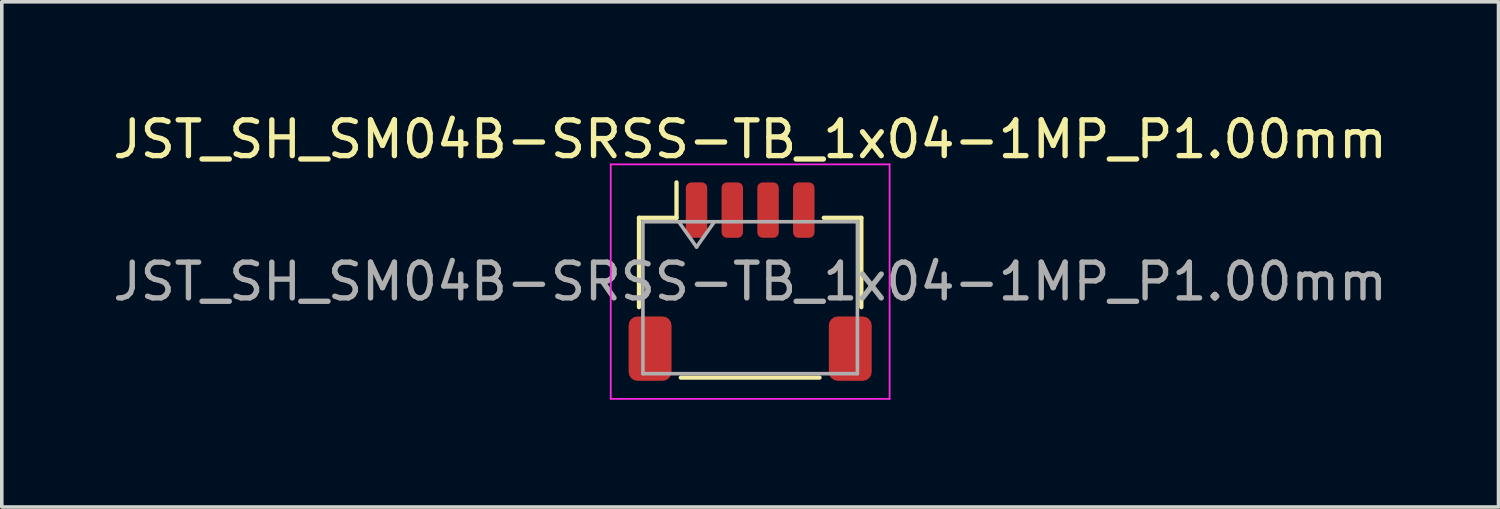
<source format=kicad_pcb>
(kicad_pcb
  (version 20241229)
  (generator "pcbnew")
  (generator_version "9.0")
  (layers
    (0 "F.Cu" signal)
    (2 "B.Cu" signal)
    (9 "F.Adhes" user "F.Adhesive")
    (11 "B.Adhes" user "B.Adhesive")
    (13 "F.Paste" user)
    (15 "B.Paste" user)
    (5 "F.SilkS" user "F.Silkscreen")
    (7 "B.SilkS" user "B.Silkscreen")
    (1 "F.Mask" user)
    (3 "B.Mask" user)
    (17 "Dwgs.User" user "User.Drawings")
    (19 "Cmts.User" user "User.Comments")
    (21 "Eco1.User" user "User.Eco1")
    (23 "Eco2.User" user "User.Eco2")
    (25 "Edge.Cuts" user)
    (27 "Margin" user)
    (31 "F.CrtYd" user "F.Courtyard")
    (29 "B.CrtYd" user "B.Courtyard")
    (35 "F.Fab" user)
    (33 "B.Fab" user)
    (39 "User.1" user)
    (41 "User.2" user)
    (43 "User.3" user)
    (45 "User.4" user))
  (footprint "JST_SH_SM04B-SRSS-TB_1x04-1MP_P1.00mm"
    (layer "F.Cu")
    (at 17.935 4.828)
    (property "Reference" "JST_SH_SM04B-SRSS-TB_1x04-1MP_P1.00mm" (at 0 -3.98 0) (layer "F.SilkS") (effects (font (size 1 1) (thickness 0.15))))
    (attr smd)
    (fp_line (start -3.11 -1.785) (end -2.06 -1.785) (stroke (width 0.12) (type solid)) (layer "F.SilkS"))
    (fp_line (start -3.11 0.715) (end -3.11 -1.785) (stroke (width 0.12) (type solid)) (layer "F.SilkS"))
    (fp_line (start -2.06 -1.785) (end -2.06 -2.775) (stroke (width 0.12) (type solid)) (layer "F.SilkS"))
    (fp_line (start -1.94 2.685) (end 1.94 2.685) (stroke (width 0.12) (type solid)) (layer "F.SilkS"))
    (fp_line (start 3.11 -1.785) (end 2.06 -1.785) (stroke (width 0.12) (type solid)) (layer "F.SilkS"))
    (fp_line (start 3.11 0.715) (end 3.11 -1.785) (stroke (width 0.12) (type solid)) (layer "F.SilkS"))
    (fp_line (start -3.9 -3.28) (end -3.9 3.28) (stroke (width 0.05) (type solid)) (layer "F.CrtYd"))
    (fp_line (start -3.9 3.28) (end 3.9 3.28) (stroke (width 0.05) (type solid)) (layer "F.CrtYd"))
    (fp_line (start 3.9 -3.28) (end -3.9 -3.28) (stroke (width 0.05) (type solid)) (layer "F.CrtYd"))
    (fp_line (start 3.9 3.28) (end 3.9 -3.28) (stroke (width 0.05) (type solid)) (layer "F.CrtYd"))
    (fp_line (start -3 -1.675) (end -3 2.575) (stroke (width 0.1) (type solid)) (layer "F.Fab"))
    (fp_line (start -3 -1.675) (end 3 -1.675) (stroke (width 0.1) (type solid)) (layer "F.Fab"))
    (fp_line (start -3 2.575) (end 3 2.575) (stroke (width 0.1) (type solid)) (layer "F.Fab"))
    (fp_line (start -2 -1.675) (end -1.5 -0.968) (stroke (width 0.1) (type solid)) (layer "F.Fab"))
    (fp_line (start -1.5 -0.968) (end -1 -1.675) (stroke (width 0.1) (type solid)) (layer "F.Fab"))
    (fp_line (start 3 -1.675) (end 3 2.575) (stroke (width 0.1) (type solid)) (layer "F.Fab"))
    (fp_text user "${REFERENCE}" (at 0 0 0) (layer "F.Fab") (effects (font (size 1 1) (thickness 0.15))))
    (pad "1" smd roundrect (at -1.5 -2) (size 0.6 1.55) (layers "F.Cu" "F.Mask" "F.Paste") (roundrect_rratio 0.25))
    (pad "2" smd roundrect (at -0.5 -2) (size 0.6 1.55) (layers "F.Cu" "F.Mask" "F.Paste") (roundrect_rratio 0.25))
    (pad "3" smd roundrect (at 0.5 -2) (size 0.6 1.55) (layers "F.Cu" "F.Mask" "F.Paste") (roundrect_rratio 0.25))
    (pad "4" smd roundrect (at 1.5 -2) (size 0.6 1.55) (layers "F.Cu" "F.Mask" "F.Paste") (roundrect_rratio 0.25))
    (pad "MP" smd roundrect (at -2.8 1.875) (size 1.2 1.8) (layers "F.Cu" "F.Mask" "F.Paste") (roundrect_rratio 0.208))
    (pad "MP" smd roundrect (at 2.8 1.875) (size 1.2 1.8) (layers "F.Cu" "F.Mask" "F.Paste") (roundrect_rratio 0.208)))
  (gr_rect
    (start -3 -3)
    (end 38.869 11.133)
    (stroke (width 0.1) (type default))
    (fill no)
    (layer "Edge.Cuts")))
</source>
